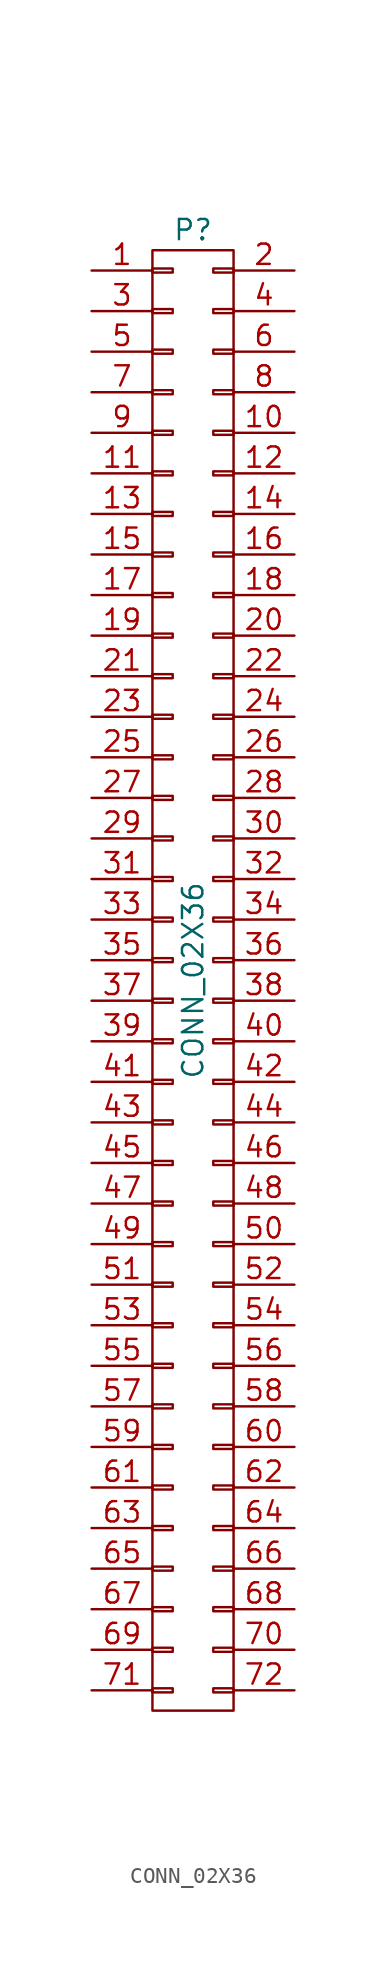
<source format=kicad_sym>
(kicad_symbol_lib
  (version 20231120)
  (generator "kicad_symbol_editor")
  (generator_version "8.0")
  (symbol "CONN_02X36"
    (pin_names
      (offset 0.025) hide)
    (property "Reference" "P"
      (at 0 46.99 0)
      (effects (font (size 1.27 1.27))))
    (property "Value" "CONN_02X36"
      (at 0 0 90)
      (effects (font (size 1.27 1.27))))
    (property "Footprint" ""
      (at 0 -5.08 0)
      (effects (font (size 1.27 1.27))))
    (property "Datasheet" ""
      (at 0 -5.08 0)
      (effects (font (size 1.27 1.27))))
    (symbol "CONN_02X36_0_1"
      (rectangle (start -2.54 -45.72) (end 2.54 45.72) (stroke (width 0) (type solid)) (fill (type none)))
      (rectangle (start -2.54 -44.323) (end -1.27 -44.577) (stroke (width 0) (type solid)) (fill (type none)))
      (rectangle (start -2.54 -41.783) (end -1.27 -42.037) (stroke (width 0) (type solid)) (fill (type none)))
      (rectangle (start -2.54 -39.243) (end -1.27 -39.497) (stroke (width 0) (type solid)) (fill (type none)))
      (rectangle (start -2.54 -36.703) (end -1.27 -36.957) (stroke (width 0) (type solid)) (fill (type none)))
      (rectangle (start -2.54 -34.163) (end -1.27 -34.417) (stroke (width 0) (type solid)) (fill (type none)))
      (rectangle (start -2.54 -31.623) (end -1.27 -31.877) (stroke (width 0) (type solid)) (fill (type none)))
      (rectangle (start -2.54 -29.083) (end -1.27 -29.337) (stroke (width 0) (type solid)) (fill (type none)))
      (rectangle (start -2.54 -26.543) (end -1.27 -26.797) (stroke (width 0) (type solid)) (fill (type none)))
      (rectangle (start -2.54 -24.003) (end -1.27 -24.257) (stroke (width 0) (type solid)) (fill (type none)))
      (rectangle (start -2.54 -21.463) (end -1.27 -21.717) (stroke (width 0) (type solid)) (fill (type none)))
      (rectangle (start -2.54 -18.923) (end -1.27 -19.177) (stroke (width 0) (type solid)) (fill (type none)))
      (rectangle (start -2.54 -16.383) (end -1.27 -16.637) (stroke (width 0) (type solid)) (fill (type none)))
      (rectangle (start -2.54 -13.843) (end -1.27 -14.097) (stroke (width 0) (type solid)) (fill (type none)))
      (rectangle (start -2.54 -11.303) (end -1.27 -11.557) (stroke (width 0) (type solid)) (fill (type none)))
      (rectangle (start -2.54 -8.763) (end -1.27 -9.017) (stroke (width 0) (type solid)) (fill (type none)))
      (rectangle (start -2.54 -6.223) (end -1.27 -6.477) (stroke (width 0) (type solid)) (fill (type none)))
      (rectangle (start -2.54 -3.683) (end -1.27 -3.937) (stroke (width 0) (type solid)) (fill (type none)))
      (rectangle (start -2.54 -1.143) (end -1.27 -1.397) (stroke (width 0) (type solid)) (fill (type none)))
      (rectangle (start -2.54 1.397) (end -1.27 1.143) (stroke (width 0) (type solid)) (fill (type none)))
      (rectangle (start -2.54 3.937) (end -1.27 3.683) (stroke (width 0) (type solid)) (fill (type none)))
      (rectangle (start -2.54 6.477) (end -1.27 6.223) (stroke (width 0) (type solid)) (fill (type none)))
      (rectangle (start -2.54 9.017) (end -1.27 8.763) (stroke (width 0) (type solid)) (fill (type none)))
      (rectangle (start -2.54 11.557) (end -1.27 11.303) (stroke (width 0) (type solid)) (fill (type none)))
      (rectangle (start -2.54 14.097) (end -1.27 13.843) (stroke (width 0) (type solid)) (fill (type none)))
      (rectangle (start -2.54 16.637) (end -1.27 16.383) (stroke (width 0) (type solid)) (fill (type none)))
      (rectangle (start -2.54 19.177) (end -1.27 18.923) (stroke (width 0) (type solid)) (fill (type none)))
      (rectangle (start -2.54 21.717) (end -1.27 21.463) (stroke (width 0) (type solid)) (fill (type none)))
      (rectangle (start -2.54 24.257) (end -1.27 24.003) (stroke (width 0) (type solid)) (fill (type none)))
      (rectangle (start -2.54 26.797) (end -1.27 26.543) (stroke (width 0) (type solid)) (fill (type none)))
      (rectangle (start -2.54 29.337) (end -1.27 29.083) (stroke (width 0) (type solid)) (fill (type none)))
      (rectangle (start -2.54 31.877) (end -1.27 31.623) (stroke (width 0) (type solid)) (fill (type none)))
      (rectangle (start -2.54 34.417) (end -1.27 34.163) (stroke (width 0) (type solid)) (fill (type none)))
      (rectangle (start -2.54 36.957) (end -1.27 36.703) (stroke (width 0) (type solid)) (fill (type none)))
      (rectangle (start -2.54 39.497) (end -1.27 39.243) (stroke (width 0) (type solid)) (fill (type none)))
      (rectangle (start -2.54 42.037) (end -1.27 41.783) (stroke (width 0) (type solid)) (fill (type none)))
      (rectangle (start -2.54 44.577) (end -1.27 44.323) (stroke (width 0) (type solid)) (fill (type none)))
      (rectangle (start 1.27 -44.323) (end 2.54 -44.577) (stroke (width 0) (type solid)) (fill (type none)))
      (rectangle (start 1.27 -41.783) (end 2.54 -42.037) (stroke (width 0) (type solid)) (fill (type none)))
      (rectangle (start 1.27 -39.243) (end 2.54 -39.497) (stroke (width 0) (type solid)) (fill (type none)))
      (rectangle (start 1.27 -36.703) (end 2.54 -36.957) (stroke (width 0) (type solid)) (fill (type none)))
      (rectangle (start 1.27 -34.163) (end 2.54 -34.417) (stroke (width 0) (type solid)) (fill (type none)))
      (rectangle (start 1.27 -31.623) (end 2.54 -31.877) (stroke (width 0) (type solid)) (fill (type none)))
      (rectangle (start 1.27 -29.083) (end 2.54 -29.337) (stroke (width 0) (type solid)) (fill (type none)))
      (rectangle (start 1.27 -26.543) (end 2.54 -26.797) (stroke (width 0) (type solid)) (fill (type none)))
      (rectangle (start 1.27 -24.003) (end 2.54 -24.257) (stroke (width 0) (type solid)) (fill (type none)))
      (rectangle (start 1.27 -21.463) (end 2.54 -21.717) (stroke (width 0) (type solid)) (fill (type none)))
      (rectangle (start 1.27 -18.923) (end 2.54 -19.177) (stroke (width 0) (type solid)) (fill (type none)))
      (rectangle (start 1.27 -16.383) (end 2.54 -16.637) (stroke (width 0) (type solid)) (fill (type none)))
      (rectangle (start 1.27 -13.843) (end 2.54 -14.097) (stroke (width 0) (type solid)) (fill (type none)))
      (rectangle (start 1.27 -11.303) (end 2.54 -11.557) (stroke (width 0) (type solid)) (fill (type none)))
      (rectangle (start 1.27 -8.763) (end 2.54 -9.017) (stroke (width 0) (type solid)) (fill (type none)))
      (rectangle (start 1.27 -6.223) (end 2.54 -6.477) (stroke (width 0) (type solid)) (fill (type none)))
      (rectangle (start 1.27 -3.683) (end 2.54 -3.937) (stroke (width 0) (type solid)) (fill (type none)))
      (rectangle (start 1.27 -1.143) (end 2.54 -1.397) (stroke (width 0) (type solid)) (fill (type none)))
      (rectangle (start 1.27 1.397) (end 2.54 1.143) (stroke (width 0) (type solid)) (fill (type none)))
      (rectangle (start 1.27 3.937) (end 2.54 3.683) (stroke (width 0) (type solid)) (fill (type none)))
      (rectangle (start 1.27 6.477) (end 2.54 6.223) (stroke (width 0) (type solid)) (fill (type none)))
      (rectangle (start 1.27 9.017) (end 2.54 8.763) (stroke (width 0) (type solid)) (fill (type none)))
      (rectangle (start 1.27 11.557) (end 2.54 11.303) (stroke (width 0) (type solid)) (fill (type none)))
      (rectangle (start 1.27 14.097) (end 2.54 13.843) (stroke (width 0) (type solid)) (fill (type none)))
      (rectangle (start 1.27 16.637) (end 2.54 16.383) (stroke (width 0) (type solid)) (fill (type none)))
      (rectangle (start 1.27 19.177) (end 2.54 18.923) (stroke (width 0) (type solid)) (fill (type none)))
      (rectangle (start 1.27 21.717) (end 2.54 21.463) (stroke (width 0) (type solid)) (fill (type none)))
      (rectangle (start 1.27 24.257) (end 2.54 24.003) (stroke (width 0) (type solid)) (fill (type none)))
      (rectangle (start 1.27 26.797) (end 2.54 26.543) (stroke (width 0) (type solid)) (fill (type none)))
      (rectangle (start 1.27 29.337) (end 2.54 29.083) (stroke (width 0) (type solid)) (fill (type none)))
      (rectangle (start 1.27 31.877) (end 2.54 31.623) (stroke (width 0) (type solid)) (fill (type none)))
      (rectangle (start 1.27 34.417) (end 2.54 34.163) (stroke (width 0) (type solid)) (fill (type none)))
      (rectangle (start 1.27 36.957) (end 2.54 36.703) (stroke (width 0) (type solid)) (fill (type none)))
      (rectangle (start 1.27 39.497) (end 2.54 39.243) (stroke (width 0) (type solid)) (fill (type none)))
      (rectangle (start 1.27 42.037) (end 2.54 41.783) (stroke (width 0) (type solid)) (fill (type none)))
      (rectangle (start 1.27 44.577) (end 2.54 44.323) (stroke (width 0) (type solid)) (fill (type none))))
    (symbol "CONN_02X36_1_1"
      (pin passive line (at -6.35 44.45 0) (length 3.81) (name "P1" (effects (font (size 1.27 1.27)))) (number "1" (effects (font (size 1.27 1.27)))))
      (pin passive line (at 6.35 34.29 180) (length 3.81) (name "P10" (effects (font (size 1.27 1.27)))) (number "10" (effects (font (size 1.27 1.27)))))
      (pin passive line (at -6.35 31.75 0) (length 3.81) (name "P11" (effects (font (size 1.27 1.27)))) (number "11" (effects (font (size 1.27 1.27)))))
      (pin passive line (at 6.35 31.75 180) (length 3.81) (name "P12" (effects (font (size 1.27 1.27)))) (number "12" (effects (font (size 1.27 1.27)))))
      (pin passive line (at -6.35 29.21 0) (length 3.81) (name "P13" (effects (font (size 1.27 1.27)))) (number "13" (effects (font (size 1.27 1.27)))))
      (pin passive line (at 6.35 29.21 180) (length 3.81) (name "P14" (effects (font (size 1.27 1.27)))) (number "14" (effects (font (size 1.27 1.27)))))
      (pin passive line (at -6.35 26.67 0) (length 3.81) (name "P15" (effects (font (size 1.27 1.27)))) (number "15" (effects (font (size 1.27 1.27)))))
      (pin passive line (at 6.35 26.67 180) (length 3.81) (name "P16" (effects (font (size 1.27 1.27)))) (number "16" (effects (font (size 1.27 1.27)))))
      (pin passive line (at -6.35 24.13 0) (length 3.81) (name "P17" (effects (font (size 1.27 1.27)))) (number "17" (effects (font (size 1.27 1.27)))))
      (pin passive line (at 6.35 24.13 180) (length 3.81) (name "P18" (effects (font (size 1.27 1.27)))) (number "18" (effects (font (size 1.27 1.27)))))
      (pin passive line (at -6.35 21.59 0) (length 3.81) (name "P19" (effects (font (size 1.27 1.27)))) (number "19" (effects (font (size 1.27 1.27)))))
      (pin passive line (at 6.35 44.45 180) (length 3.81) (name "P2" (effects (font (size 1.27 1.27)))) (number "2" (effects (font (size 1.27 1.27)))))
      (pin passive line (at 6.35 21.59 180) (length 3.81) (name "P20" (effects (font (size 1.27 1.27)))) (number "20" (effects (font (size 1.27 1.27)))))
      (pin passive line (at -6.35 19.05 0) (length 3.81) (name "P21" (effects (font (size 1.27 1.27)))) (number "21" (effects (font (size 1.27 1.27)))))
      (pin passive line (at 6.35 19.05 180) (length 3.81) (name "P22" (effects (font (size 1.27 1.27)))) (number "22" (effects (font (size 1.27 1.27)))))
      (pin passive line (at -6.35 16.51 0) (length 3.81) (name "P23" (effects (font (size 1.27 1.27)))) (number "23" (effects (font (size 1.27 1.27)))))
      (pin passive line (at 6.35 16.51 180) (length 3.81) (name "P24" (effects (font (size 1.27 1.27)))) (number "24" (effects (font (size 1.27 1.27)))))
      (pin passive line (at -6.35 13.97 0) (length 3.81) (name "P25" (effects (font (size 1.27 1.27)))) (number "25" (effects (font (size 1.27 1.27)))))
      (pin passive line (at 6.35 13.97 180) (length 3.81) (name "P26" (effects (font (size 1.27 1.27)))) (number "26" (effects (font (size 1.27 1.27)))))
      (pin passive line (at -6.35 11.43 0) (length 3.81) (name "P27" (effects (font (size 1.27 1.27)))) (number "27" (effects (font (size 1.27 1.27)))))
      (pin passive line (at 6.35 11.43 180) (length 3.81) (name "P28" (effects (font (size 1.27 1.27)))) (number "28" (effects (font (size 1.27 1.27)))))
      (pin passive line (at -6.35 8.89 0) (length 3.81) (name "P29" (effects (font (size 1.27 1.27)))) (number "29" (effects (font (size 1.27 1.27)))))
      (pin passive line (at -6.35 41.91 0) (length 3.81) (name "P3" (effects (font (size 1.27 1.27)))) (number "3" (effects (font (size 1.27 1.27)))))
      (pin passive line (at 6.35 8.89 180) (length 3.81) (name "P30" (effects (font (size 1.27 1.27)))) (number "30" (effects (font (size 1.27 1.27)))))
      (pin passive line (at -6.35 6.35 0) (length 3.81) (name "P31" (effects (font (size 1.27 1.27)))) (number "31" (effects (font (size 1.27 1.27)))))
      (pin passive line (at 6.35 6.35 180) (length 3.81) (name "P32" (effects (font (size 1.27 1.27)))) (number "32" (effects (font (size 1.27 1.27)))))
      (pin passive line (at -6.35 3.81 0) (length 3.81) (name "P33" (effects (font (size 1.27 1.27)))) (number "33" (effects (font (size 1.27 1.27)))))
      (pin passive line (at 6.35 3.81 180) (length 3.81) (name "P34" (effects (font (size 1.27 1.27)))) (number "34" (effects (font (size 1.27 1.27)))))
      (pin passive line (at -6.35 1.27 0) (length 3.81) (name "P35" (effects (font (size 1.27 1.27)))) (number "35" (effects (font (size 1.27 1.27)))))
      (pin passive line (at 6.35 1.27 180) (length 3.81) (name "P36" (effects (font (size 1.27 1.27)))) (number "36" (effects (font (size 1.27 1.27)))))
      (pin passive line (at -6.35 -1.27 0) (length 3.81) (name "P37" (effects (font (size 1.27 1.27)))) (number "37" (effects (font (size 1.27 1.27)))))
      (pin passive line (at 6.35 -1.27 180) (length 3.81) (name "P38" (effects (font (size 1.27 1.27)))) (number "38" (effects (font (size 1.27 1.27)))))
      (pin passive line (at -6.35 -3.81 0) (length 3.81) (name "P39" (effects (font (size 1.27 1.27)))) (number "39" (effects (font (size 1.27 1.27)))))
      (pin passive line (at 6.35 41.91 180) (length 3.81) (name "P4" (effects (font (size 1.27 1.27)))) (number "4" (effects (font (size 1.27 1.27)))))
      (pin passive line (at 6.35 -3.81 180) (length 3.81) (name "P40" (effects (font (size 1.27 1.27)))) (number "40" (effects (font (size 1.27 1.27)))))
      (pin passive line (at -6.35 -6.35 0) (length 3.81) (name "P41" (effects (font (size 1.27 1.27)))) (number "41" (effects (font (size 1.27 1.27)))))
      (pin passive line (at 6.35 -6.35 180) (length 3.81) (name "P42" (effects (font (size 1.27 1.27)))) (number "42" (effects (font (size 1.27 1.27)))))
      (pin passive line (at -6.35 -8.89 0) (length 3.81) (name "P43" (effects (font (size 1.27 1.27)))) (number "43" (effects (font (size 1.27 1.27)))))
      (pin passive line (at 6.35 -8.89 180) (length 3.81) (name "P44" (effects (font (size 1.27 1.27)))) (number "44" (effects (font (size 1.27 1.27)))))
      (pin passive line (at -6.35 -11.43 0) (length 3.81) (name "P45" (effects (font (size 1.27 1.27)))) (number "45" (effects (font (size 1.27 1.27)))))
      (pin passive line (at 6.35 -11.43 180) (length 3.81) (name "P46" (effects (font (size 1.27 1.27)))) (number "46" (effects (font (size 1.27 1.27)))))
      (pin passive line (at -6.35 -13.97 0) (length 3.81) (name "P47" (effects (font (size 1.27 1.27)))) (number "47" (effects (font (size 1.27 1.27)))))
      (pin passive line (at 6.35 -13.97 180) (length 3.81) (name "P48" (effects (font (size 1.27 1.27)))) (number "48" (effects (font (size 1.27 1.27)))))
      (pin passive line (at -6.35 -16.51 0) (length 3.81) (name "P49" (effects (font (size 1.27 1.27)))) (number "49" (effects (font (size 1.27 1.27)))))
      (pin passive line (at -6.35 39.37 0) (length 3.81) (name "P5" (effects (font (size 1.27 1.27)))) (number "5" (effects (font (size 1.27 1.27)))))
      (pin passive line (at 6.35 -16.51 180) (length 3.81) (name "P50" (effects (font (size 1.27 1.27)))) (number "50" (effects (font (size 1.27 1.27)))))
      (pin passive line (at -6.35 -19.05 0) (length 3.81) (name "P51" (effects (font (size 1.27 1.27)))) (number "51" (effects (font (size 1.27 1.27)))))
      (pin passive line (at 6.35 -19.05 180) (length 3.81) (name "P52" (effects (font (size 1.27 1.27)))) (number "52" (effects (font (size 1.27 1.27)))))
      (pin passive line (at -6.35 -21.59 0) (length 3.81) (name "P53" (effects (font (size 1.27 1.27)))) (number "53" (effects (font (size 1.27 1.27)))))
      (pin passive line (at 6.35 -21.59 180) (length 3.81) (name "P54" (effects (font (size 1.27 1.27)))) (number "54" (effects (font (size 1.27 1.27)))))
      (pin passive line (at -6.35 -24.13 0) (length 3.81) (name "P55" (effects (font (size 1.27 1.27)))) (number "55" (effects (font (size 1.27 1.27)))))
      (pin passive line (at 6.35 -24.13 180) (length 3.81) (name "P56" (effects (font (size 1.27 1.27)))) (number "56" (effects (font (size 1.27 1.27)))))
      (pin passive line (at -6.35 -26.67 0) (length 3.81) (name "P57" (effects (font (size 1.27 1.27)))) (number "57" (effects (font (size 1.27 1.27)))))
      (pin passive line (at 6.35 -26.67 180) (length 3.81) (name "P58" (effects (font (size 1.27 1.27)))) (number "58" (effects (font (size 1.27 1.27)))))
      (pin passive line (at -6.35 -29.21 0) (length 3.81) (name "P59" (effects (font (size 1.27 1.27)))) (number "59" (effects (font (size 1.27 1.27)))))
      (pin passive line (at 6.35 39.37 180) (length 3.81) (name "P6" (effects (font (size 1.27 1.27)))) (number "6" (effects (font (size 1.27 1.27)))))
      (pin passive line (at 6.35 -29.21 180) (length 3.81) (name "P60" (effects (font (size 1.27 1.27)))) (number "60" (effects (font (size 1.27 1.27)))))
      (pin passive line (at -6.35 -31.75 0) (length 3.81) (name "P61" (effects (font (size 1.27 1.27)))) (number "61" (effects (font (size 1.27 1.27)))))
      (pin passive line (at 6.35 -31.75 180) (length 3.81) (name "P62" (effects (font (size 1.27 1.27)))) (number "62" (effects (font (size 1.27 1.27)))))
      (pin passive line (at -6.35 -34.29 0) (length 3.81) (name "P63" (effects (font (size 1.27 1.27)))) (number "63" (effects (font (size 1.27 1.27)))))
      (pin passive line (at 6.35 -34.29 180) (length 3.81) (name "P64" (effects (font (size 1.27 1.27)))) (number "64" (effects (font (size 1.27 1.27)))))
      (pin passive line (at -6.35 -36.83 0) (length 3.81) (name "P65" (effects (font (size 1.27 1.27)))) (number "65" (effects (font (size 1.27 1.27)))))
      (pin passive line (at 6.35 -36.83 180) (length 3.81) (name "P66" (effects (font (size 1.27 1.27)))) (number "66" (effects (font (size 1.27 1.27)))))
      (pin passive line (at -6.35 -39.37 0) (length 3.81) (name "P67" (effects (font (size 1.27 1.27)))) (number "67" (effects (font (size 1.27 1.27)))))
      (pin passive line (at 6.35 -39.37 180) (length 3.81) (name "P68" (effects (font (size 1.27 1.27)))) (number "68" (effects (font (size 1.27 1.27)))))
      (pin passive line (at -6.35 -41.91 0) (length 3.81) (name "P69" (effects (font (size 1.27 1.27)))) (number "69" (effects (font (size 1.27 1.27)))))
      (pin passive line (at -6.35 36.83 0) (length 3.81) (name "P7" (effects (font (size 1.27 1.27)))) (number "7" (effects (font (size 1.27 1.27)))))
      (pin passive line (at 6.35 -41.91 180) (length 3.81) (name "P70" (effects (font (size 1.27 1.27)))) (number "70" (effects (font (size 1.27 1.27)))))
      (pin passive line (at -6.35 -44.45 0) (length 3.81) (name "P71" (effects (font (size 1.27 1.27)))) (number "71" (effects (font (size 1.27 1.27)))))
      (pin passive line (at 6.35 -44.45 180) (length 3.81) (name "P72" (effects (font (size 1.27 1.27)))) (number "72" (effects (font (size 1.27 1.27)))))
      (pin passive line (at 6.35 36.83 180) (length 3.81) (name "P8" (effects (font (size 1.27 1.27)))) (number "8" (effects (font (size 1.27 1.27)))))
      (pin passive line (at -6.35 34.29 0) (length 3.81) (name "P9" (effects (font (size 1.27 1.27)))) (number "9" (effects (font (size 1.27 1.27))))))))
</source>
